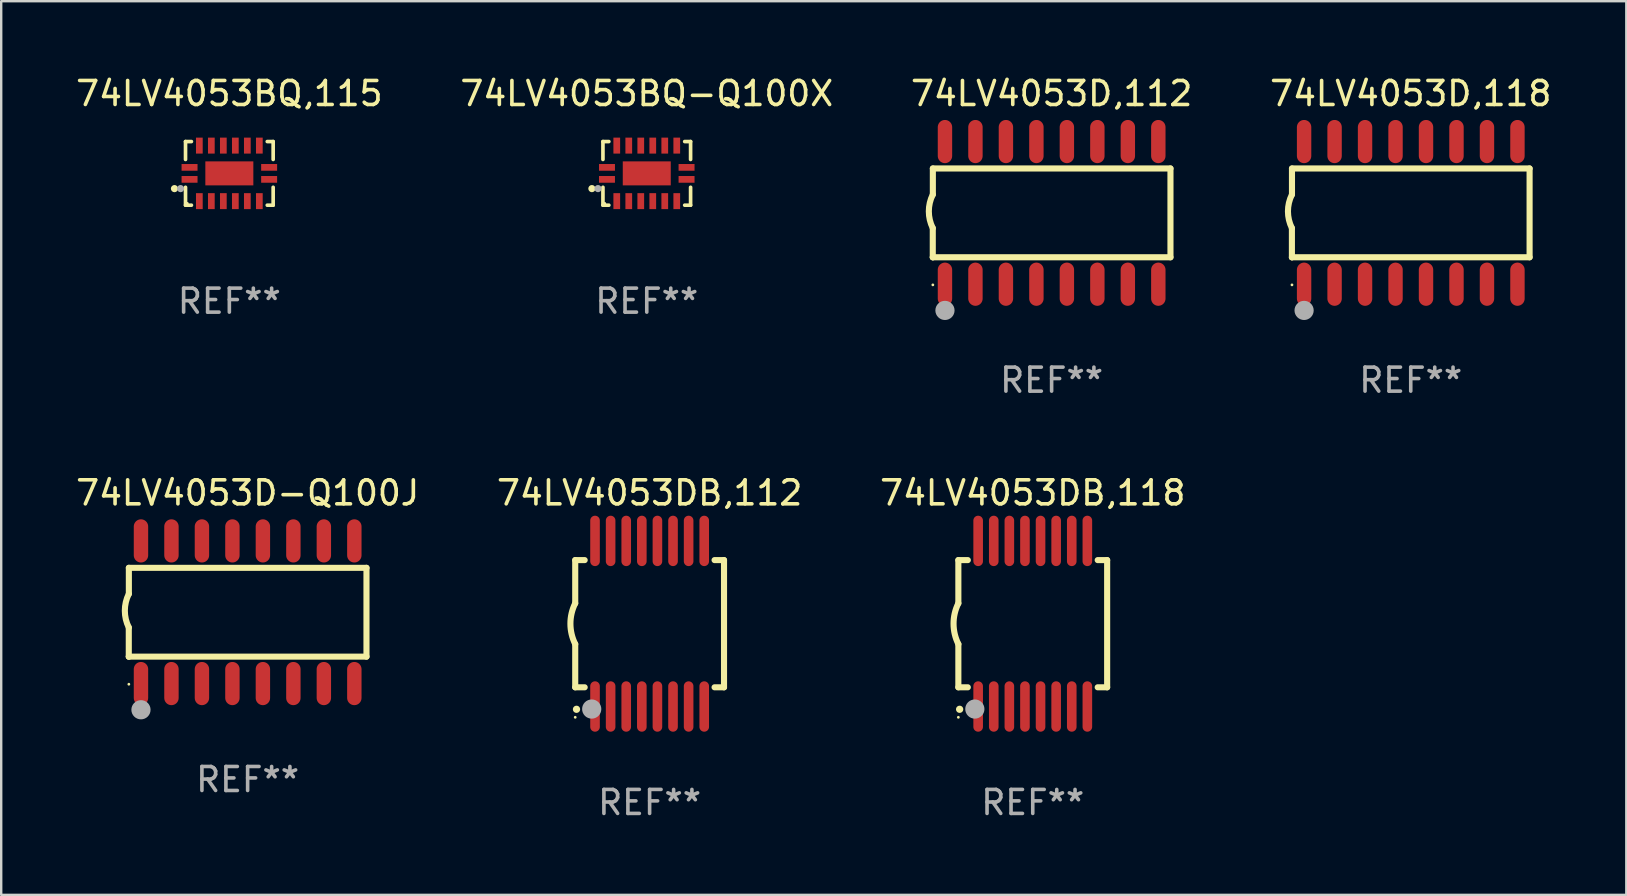
<source format=kicad_pcb>
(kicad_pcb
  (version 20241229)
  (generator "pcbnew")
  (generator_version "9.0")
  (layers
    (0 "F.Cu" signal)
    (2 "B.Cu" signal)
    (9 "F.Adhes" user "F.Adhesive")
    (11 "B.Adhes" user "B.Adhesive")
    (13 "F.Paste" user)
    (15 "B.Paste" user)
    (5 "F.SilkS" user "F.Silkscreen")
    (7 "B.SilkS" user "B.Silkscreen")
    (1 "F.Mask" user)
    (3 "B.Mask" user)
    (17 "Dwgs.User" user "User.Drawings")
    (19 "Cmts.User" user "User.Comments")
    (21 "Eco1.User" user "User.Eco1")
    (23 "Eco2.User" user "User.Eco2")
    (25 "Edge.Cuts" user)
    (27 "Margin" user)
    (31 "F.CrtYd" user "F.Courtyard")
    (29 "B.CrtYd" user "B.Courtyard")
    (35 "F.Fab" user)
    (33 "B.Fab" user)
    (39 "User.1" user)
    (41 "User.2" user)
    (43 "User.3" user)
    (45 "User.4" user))
  (footprint "74LV4053DB,112"
    (layer "F.Cu")
    (at 24.018 22.938)
    (property "Reference" "74LV4053DB,112" (at 0 -5.45 0) (layer "F.SilkS") (effects (font (size 1 1) (thickness 0.15))))
    (attr through_hole)
    (fp_line (start -3.1 -2.65) (end -3.1 -0.85) (stroke (width 0.254) (type solid)) (layer "F.SilkS"))
    (fp_line (start -3.1 -2.65) (end -2.706 -2.65) (stroke (width 0.254) (type solid)) (layer "F.SilkS"))
    (fp_line (start -3.1 2.65) (end -3.1 0.85) (stroke (width 0.254) (type solid)) (layer "F.SilkS"))
    (fp_line (start -3.1 2.65) (end -2.706 2.65) (stroke (width 0.254) (type solid)) (layer "F.SilkS"))
    (fp_line (start 2.706 -2.65) (end 3.1 -2.65) (stroke (width 0.254) (type solid)) (layer "F.SilkS"))
    (fp_line (start 2.706 2.65) (end 3.1 2.65) (stroke (width 0.254) (type solid)) (layer "F.SilkS"))
    (fp_line (start 3.1 -2.65) (end 3.1 2.65) (stroke (width 0.254) (type solid)) (layer "F.SilkS"))
    (fp_arc (start -3.098907 0.850902) (mid -3.300057 0.000523) (end -3.1 -0.850114) (stroke (width 0.254001) (type solid)) (layer "F.SilkS"))
    (fp_arc (start -3.048006 3.566066) (mid -3.046736 3.566061) (end -3.045466 3.566066) (stroke (width 0.3) (type solid)) (layer "F.SilkS"))
    (fp_circle (center -3.1 3.9) (end -3.07 3.9) (stroke (width 0.06) (type solid)) (fill no) (layer "F.SilkS"))
    (fp_circle (center -2.413 3.556) (end -2.213 3.556) (stroke (width 0.4) (type solid)) (fill no) (layer "F.Fab"))
    (fp_text user "REF**" (at 0 7.45 0) (layer "F.Fab") (effects (font (size 1 1) (thickness 0.15))))
    (pad "1" smd oval (at -2.275 3.45 180) (size 0.4 2.1) (layers "F.Cu" "F.Mask" "F.Paste"))
    (pad "2" smd oval (at -1.625 3.45 180) (size 0.4 2.1) (layers "F.Cu" "F.Mask" "F.Paste"))
    (pad "3" smd oval (at -0.975 3.45 180) (size 0.4 2.1) (layers "F.Cu" "F.Mask" "F.Paste"))
    (pad "4" smd oval (at -0.325 3.45 180) (size 0.4 2.1) (layers "F.Cu" "F.Mask" "F.Paste"))
    (pad "5" smd oval (at 0.325 3.45 180) (size 0.4 2.1) (layers "F.Cu" "F.Mask" "F.Paste"))
    (pad "6" smd oval (at 0.975 3.45 180) (size 0.4 2.1) (layers "F.Cu" "F.Mask" "F.Paste"))
    (pad "7" smd oval (at 1.625 3.45 180) (size 0.4 2.1) (layers "F.Cu" "F.Mask" "F.Paste"))
    (pad "8" smd oval (at 2.275 3.45 180) (size 0.4 2.1) (layers "F.Cu" "F.Mask" "F.Paste"))
    (pad "9" smd oval (at 2.275 -3.45 180) (size 0.4 2.1) (layers "F.Cu" "F.Mask" "F.Paste"))
    (pad "10" smd oval (at 1.625 -3.45 180) (size 0.4 2.1) (layers "F.Cu" "F.Mask" "F.Paste"))
    (pad "11" smd oval (at 0.975 -3.45 180) (size 0.4 2.1) (layers "F.Cu" "F.Mask" "F.Paste"))
    (pad "12" smd oval (at 0.325 -3.45 180) (size 0.4 2.1) (layers "F.Cu" "F.Mask" "F.Paste"))
    (pad "13" smd oval (at -0.325 -3.45 180) (size 0.4 2.1) (layers "F.Cu" "F.Mask" "F.Paste"))
    (pad "14" smd oval (at -0.975 -3.45 180) (size 0.4 2.1) (layers "F.Cu" "F.Mask" "F.Paste"))
    (pad "15" smd oval (at -1.625 -3.45 180) (size 0.4 2.1) (layers "F.Cu" "F.Mask" "F.Paste"))
    (pad "16" smd oval (at -2.275 -3.45 180) (size 0.4 2.1) (layers "F.Cu" "F.Mask" "F.Paste")))
  (footprint "74LV4053BQ,115"
    (layer "F.Cu")
    (at 6.506 4.174)
    (property "Reference" "74LV4053BQ,115" (at 0 -3.326 0) (layer "F.SilkS") (effects (font (size 1 1) (thickness 0.15))))
    (attr through_hole)
    (fp_line (start -1.826 -1.326) (end -1.58 -1.326) (stroke (width 0.152) (type solid)) (layer "F.SilkS"))
    (fp_line (start -1.826 -0.58) (end -1.826 -1.326) (stroke (width 0.152) (type solid)) (layer "F.SilkS"))
    (fp_line (start -1.826 0.58) (end -1.826 1.326) (stroke (width 0.152) (type solid)) (layer "F.SilkS"))
    (fp_line (start -1.826 1.326) (end -1.58 1.326) (stroke (width 0.152) (type solid)) (layer "F.SilkS"))
    (fp_line (start 1.826 -1.326) (end 1.58 -1.326) (stroke (width 0.152) (type solid)) (layer "F.SilkS"))
    (fp_line (start 1.826 -0.58) (end 1.826 -1.326) (stroke (width 0.152) (type solid)) (layer "F.SilkS"))
    (fp_line (start 1.826 0.58) (end 1.826 1.326) (stroke (width 0.152) (type solid)) (layer "F.SilkS"))
    (fp_line (start 1.826 1.326) (end 1.58 1.326) (stroke (width 0.152) (type solid)) (layer "F.SilkS"))
    (fp_circle (center -2.286 0.635) (end -2.211 0.635) (stroke (width 0.15) (type solid)) (fill no) (layer "F.SilkS"))
    (fp_circle (center -1.75 1.25) (end -1.72 1.25) (stroke (width 0.06) (type solid)) (fill no) (layer "F.SilkS"))
    (fp_circle (center -2.032 0.635) (end -1.957 0.635) (stroke (width 0.15) (type solid)) (fill no) (layer "F.Fab"))
    (fp_text user "REF**" (at 0 5.326 0) (layer "F.Fab") (effects (font (size 1 1) (thickness 0.15))))
    (pad "1" smd rect (at -1.658 0.25) (size 0.665 0.28) (layers "F.Cu" "F.Mask" "F.Paste"))
    (pad "2" smd rect (at -1.25 1.157) (size 0.28 0.665) (layers "F.Cu" "F.Mask" "F.Paste"))
    (pad "3" smd rect (at -0.75 1.157) (size 0.28 0.665) (layers "F.Cu" "F.Mask" "F.Paste"))
    (pad "4" smd rect (at -0.25 1.157) (size 0.28 0.665) (layers "F.Cu" "F.Mask" "F.Paste"))
    (pad "5" smd rect (at 0.25 1.157) (size 0.28 0.665) (layers "F.Cu" "F.Mask" "F.Paste"))
    (pad "6" smd rect (at 0.75 1.157) (size 0.28 0.665) (layers "F.Cu" "F.Mask" "F.Paste"))
    (pad "7" smd rect (at 1.25 1.157) (size 0.28 0.665) (layers "F.Cu" "F.Mask" "F.Paste"))
    (pad "8" smd rect (at 1.658 0.25) (size 0.665 0.28) (layers "F.Cu" "F.Mask" "F.Paste"))
    (pad "9" smd rect (at 1.658 -0.25) (size 0.665 0.28) (layers "F.Cu" "F.Mask" "F.Paste"))
    (pad "10" smd rect (at 1.25 -1.157) (size 0.28 0.665) (layers "F.Cu" "F.Mask" "F.Paste"))
    (pad "11" smd rect (at 0.75 -1.157) (size 0.28 0.665) (layers "F.Cu" "F.Mask" "F.Paste"))
    (pad "12" smd rect (at 0.25 -1.157) (size 0.28 0.665) (layers "F.Cu" "F.Mask" "F.Paste"))
    (pad "13" smd rect (at -0.25 -1.157) (size 0.28 0.665) (layers "F.Cu" "F.Mask" "F.Paste"))
    (pad "14" smd rect (at -0.75 -1.157) (size 0.28 0.665) (layers "F.Cu" "F.Mask" "F.Paste"))
    (pad "15" smd rect (at -1.25 -1.157) (size 0.28 0.665) (layers "F.Cu" "F.Mask" "F.Paste"))
    (pad "16" smd rect (at -1.658 -0.25) (size 0.665 0.28) (layers "F.Cu" "F.Mask" "F.Paste"))
    (pad "17" smd rect (at 0 0) (size 2 1) (layers "F.Cu" "F.Mask" "F.Paste")))
  (footprint "74LV4053D-Q100J"
    (layer "F.Cu")
    (at 7.268 22.46)
    (property "Reference" "74LV4053D-Q100J" (at 0 -4.972 0) (layer "F.SilkS") (effects (font (size 1 1) (thickness 0.15))))
    (attr through_hole)
    (fp_line (start -4.952 0.635) (end -4.952 1.85) (stroke (width 0.254) (type solid)) (layer "F.SilkS"))
    (fp_line (start -4.952 1.85) (end -4.949 1.85) (stroke (width 0.254) (type solid)) (layer "F.SilkS"))
    (fp_line (start -4.949 -1.85) (end -4.949 -0.762) (stroke (width 0.254) (type solid)) (layer "F.SilkS"))
    (fp_line (start -4.949 1.85) (end 4.952 1.85) (stroke (width 0.254) (type solid)) (layer "F.SilkS"))
    (fp_line (start 4.952 -1.85) (end -4.949 -1.85) (stroke (width 0.254) (type solid)) (layer "F.SilkS"))
    (fp_line (start 4.952 1.85) (end 4.952 -1.85) (stroke (width 0.254) (type solid)) (layer "F.SilkS"))
    (fp_arc (start -4.951524 0.635001) (mid -5.116418 -0.0635) (end -4.951524 -0.762002) (stroke (width 0.254001) (type solid)) (layer "F.SilkS"))
    (fp_circle (center -4.949 3) (end -4.919 3) (stroke (width 0.06) (type solid)) (fill no) (layer "F.SilkS"))
    (fp_circle (center -4.444 4.064) (end -4.244 4.064) (stroke (width 0.4) (type solid)) (fill no) (layer "F.Fab"))
    (fp_text user "REF**" (at 0 6.972 0) (layer "F.Fab") (effects (font (size 1 1) (thickness 0.15))))
    (pad "1" smd oval (at -4.444 2.972 180) (size 0.6 1.8) (layers "F.Cu" "F.Mask" "F.Paste"))
    (pad "2" smd oval (at -3.174 2.972 180) (size 0.6 1.8) (layers "F.Cu" "F.Mask" "F.Paste"))
    (pad "3" smd oval (at -1.904 2.972 180) (size 0.6 1.8) (layers "F.Cu" "F.Mask" "F.Paste"))
    (pad "4" smd oval (at -0.634 2.972 180) (size 0.6 1.8) (layers "F.Cu" "F.Mask" "F.Paste"))
    (pad "5" smd oval (at 0.636 2.972 180) (size 0.6 1.8) (layers "F.Cu" "F.Mask" "F.Paste"))
    (pad "6" smd oval (at 1.906 2.972 180) (size 0.6 1.8) (layers "F.Cu" "F.Mask" "F.Paste"))
    (pad "7" smd oval (at 3.176 2.972 180) (size 0.6 1.8) (layers "F.Cu" "F.Mask" "F.Paste"))
    (pad "8" smd oval (at 4.446 2.972 180) (size 0.6 1.8) (layers "F.Cu" "F.Mask" "F.Paste"))
    (pad "9" smd oval (at 4.446 -2.972 180) (size 0.6 1.8) (layers "F.Cu" "F.Mask" "F.Paste"))
    (pad "10" smd oval (at 3.176 -2.972 180) (size 0.6 1.8) (layers "F.Cu" "F.Mask" "F.Paste"))
    (pad "11" smd oval (at 1.906 -2.972 180) (size 0.6 1.8) (layers "F.Cu" "F.Mask" "F.Paste"))
    (pad "12" smd oval (at 0.636 -2.972 180) (size 0.6 1.8) (layers "F.Cu" "F.Mask" "F.Paste"))
    (pad "13" smd oval (at -0.634 -2.972 180) (size 0.6 1.8) (layers "F.Cu" "F.Mask" "F.Paste"))
    (pad "14" smd oval (at -1.904 -2.972 180) (size 0.6 1.8) (layers "F.Cu" "F.Mask" "F.Paste"))
    (pad "15" smd oval (at -3.174 -2.972 180) (size 0.6 1.8) (layers "F.Cu" "F.Mask" "F.Paste"))
    (pad "16" smd oval (at -4.444 -2.972 180) (size 0.6 1.8) (layers "F.Cu" "F.Mask" "F.Paste")))
  (footprint "74LV4053D,118"
    (layer "F.Cu")
    (at 55.732 5.82)
    (property "Reference" "74LV4053D,118" (at 0 -4.972 0) (layer "F.SilkS") (effects (font (size 1 1) (thickness 0.15))))
    (attr through_hole)
    (fp_line (start -4.952 0.635) (end -4.952 1.85) (stroke (width 0.254) (type solid)) (layer "F.SilkS"))
    (fp_line (start -4.952 1.85) (end -4.949 1.85) (stroke (width 0.254) (type solid)) (layer "F.SilkS"))
    (fp_line (start -4.949 -1.85) (end -4.949 -0.762) (stroke (width 0.254) (type solid)) (layer "F.SilkS"))
    (fp_line (start -4.949 1.85) (end 4.952 1.85) (stroke (width 0.254) (type solid)) (layer "F.SilkS"))
    (fp_line (start 4.952 -1.85) (end -4.949 -1.85) (stroke (width 0.254) (type solid)) (layer "F.SilkS"))
    (fp_line (start 4.952 1.85) (end 4.952 -1.85) (stroke (width 0.254) (type solid)) (layer "F.SilkS"))
    (fp_arc (start -4.951524 0.635001) (mid -5.116418 -0.0635) (end -4.951524 -0.762002) (stroke (width 0.254001) (type solid)) (layer "F.SilkS"))
    (fp_circle (center -4.949 3) (end -4.919 3) (stroke (width 0.06) (type solid)) (fill no) (layer "F.SilkS"))
    (fp_circle (center -4.444 4.064) (end -4.244 4.064) (stroke (width 0.4) (type solid)) (fill no) (layer "F.Fab"))
    (fp_text user "REF**" (at 0 6.972 0) (layer "F.Fab") (effects (font (size 1 1) (thickness 0.15))))
    (pad "1" smd oval (at -4.444 2.972 180) (size 0.6 1.8) (layers "F.Cu" "F.Mask" "F.Paste"))
    (pad "2" smd oval (at -3.174 2.972 180) (size 0.6 1.8) (layers "F.Cu" "F.Mask" "F.Paste"))
    (pad "3" smd oval (at -1.904 2.972 180) (size 0.6 1.8) (layers "F.Cu" "F.Mask" "F.Paste"))
    (pad "4" smd oval (at -0.634 2.972 180) (size 0.6 1.8) (layers "F.Cu" "F.Mask" "F.Paste"))
    (pad "5" smd oval (at 0.636 2.972 180) (size 0.6 1.8) (layers "F.Cu" "F.Mask" "F.Paste"))
    (pad "6" smd oval (at 1.906 2.972 180) (size 0.6 1.8) (layers "F.Cu" "F.Mask" "F.Paste"))
    (pad "7" smd oval (at 3.176 2.972 180) (size 0.6 1.8) (layers "F.Cu" "F.Mask" "F.Paste"))
    (pad "8" smd oval (at 4.446 2.972 180) (size 0.6 1.8) (layers "F.Cu" "F.Mask" "F.Paste"))
    (pad "9" smd oval (at 4.446 -2.972 180) (size 0.6 1.8) (layers "F.Cu" "F.Mask" "F.Paste"))
    (pad "10" smd oval (at 3.176 -2.972 180) (size 0.6 1.8) (layers "F.Cu" "F.Mask" "F.Paste"))
    (pad "11" smd oval (at 1.906 -2.972 180) (size 0.6 1.8) (layers "F.Cu" "F.Mask" "F.Paste"))
    (pad "12" smd oval (at 0.636 -2.972 180) (size 0.6 1.8) (layers "F.Cu" "F.Mask" "F.Paste"))
    (pad "13" smd oval (at -0.634 -2.972 180) (size 0.6 1.8) (layers "F.Cu" "F.Mask" "F.Paste"))
    (pad "14" smd oval (at -1.904 -2.972 180) (size 0.6 1.8) (layers "F.Cu" "F.Mask" "F.Paste"))
    (pad "15" smd oval (at -3.174 -2.972 180) (size 0.6 1.8) (layers "F.Cu" "F.Mask" "F.Paste"))
    (pad "16" smd oval (at -4.444 -2.972 180) (size 0.6 1.8) (layers "F.Cu" "F.Mask" "F.Paste")))
  (footprint "74LV4053DB,118"
    (layer "F.Cu")
    (at 39.982 22.938)
    (property "Reference" "74LV4053DB,118" (at 0 -5.45 0) (layer "F.SilkS") (effects (font (size 1 1) (thickness 0.15))))
    (attr through_hole)
    (fp_line (start -3.1 -2.65) (end -3.1 -0.85) (stroke (width 0.254) (type solid)) (layer "F.SilkS"))
    (fp_line (start -3.1 -2.65) (end -2.706 -2.65) (stroke (width 0.254) (type solid)) (layer "F.SilkS"))
    (fp_line (start -3.1 2.65) (end -3.1 0.85) (stroke (width 0.254) (type solid)) (layer "F.SilkS"))
    (fp_line (start -3.1 2.65) (end -2.706 2.65) (stroke (width 0.254) (type solid)) (layer "F.SilkS"))
    (fp_line (start 2.706 -2.65) (end 3.1 -2.65) (stroke (width 0.254) (type solid)) (layer "F.SilkS"))
    (fp_line (start 2.706 2.65) (end 3.1 2.65) (stroke (width 0.254) (type solid)) (layer "F.SilkS"))
    (fp_line (start 3.1 -2.65) (end 3.1 2.65) (stroke (width 0.254) (type solid)) (layer "F.SilkS"))
    (fp_arc (start -3.098907 0.850902) (mid -3.300057 0.000523) (end -3.1 -0.850114) (stroke (width 0.254001) (type solid)) (layer "F.SilkS"))
    (fp_arc (start -3.048006 3.566066) (mid -3.046736 3.566061) (end -3.045466 3.566066) (stroke (width 0.3) (type solid)) (layer "F.SilkS"))
    (fp_circle (center -3.1 3.9) (end -3.07 3.9) (stroke (width 0.06) (type solid)) (fill no) (layer "F.SilkS"))
    (fp_circle (center -2.413 3.556) (end -2.213 3.556) (stroke (width 0.4) (type solid)) (fill no) (layer "F.Fab"))
    (fp_text user "REF**" (at 0 7.45 0) (layer "F.Fab") (effects (font (size 1 1) (thickness 0.15))))
    (pad "1" smd oval (at -2.275 3.45 180) (size 0.4 2.1) (layers "F.Cu" "F.Mask" "F.Paste"))
    (pad "2" smd oval (at -1.625 3.45 180) (size 0.4 2.1) (layers "F.Cu" "F.Mask" "F.Paste"))
    (pad "3" smd oval (at -0.975 3.45 180) (size 0.4 2.1) (layers "F.Cu" "F.Mask" "F.Paste"))
    (pad "4" smd oval (at -0.325 3.45 180) (size 0.4 2.1) (layers "F.Cu" "F.Mask" "F.Paste"))
    (pad "5" smd oval (at 0.325 3.45 180) (size 0.4 2.1) (layers "F.Cu" "F.Mask" "F.Paste"))
    (pad "6" smd oval (at 0.975 3.45 180) (size 0.4 2.1) (layers "F.Cu" "F.Mask" "F.Paste"))
    (pad "7" smd oval (at 1.625 3.45 180) (size 0.4 2.1) (layers "F.Cu" "F.Mask" "F.Paste"))
    (pad "8" smd oval (at 2.275 3.45 180) (size 0.4 2.1) (layers "F.Cu" "F.Mask" "F.Paste"))
    (pad "9" smd oval (at 2.275 -3.45 180) (size 0.4 2.1) (layers "F.Cu" "F.Mask" "F.Paste"))
    (pad "10" smd oval (at 1.625 -3.45 180) (size 0.4 2.1) (layers "F.Cu" "F.Mask" "F.Paste"))
    (pad "11" smd oval (at 0.975 -3.45 180) (size 0.4 2.1) (layers "F.Cu" "F.Mask" "F.Paste"))
    (pad "12" smd oval (at 0.325 -3.45 180) (size 0.4 2.1) (layers "F.Cu" "F.Mask" "F.Paste"))
    (pad "13" smd oval (at -0.325 -3.45 180) (size 0.4 2.1) (layers "F.Cu" "F.Mask" "F.Paste"))
    (pad "14" smd oval (at -0.975 -3.45 180) (size 0.4 2.1) (layers "F.Cu" "F.Mask" "F.Paste"))
    (pad "15" smd oval (at -1.625 -3.45 180) (size 0.4 2.1) (layers "F.Cu" "F.Mask" "F.Paste"))
    (pad "16" smd oval (at -2.275 -3.45 180) (size 0.4 2.1) (layers "F.Cu" "F.Mask" "F.Paste")))
  (footprint "74LV4053D,112"
    (layer "F.Cu")
    (at 40.768 5.82)
    (property "Reference" "74LV4053D,112" (at 0 -4.972 0) (layer "F.SilkS") (effects (font (size 1 1) (thickness 0.15))))
    (attr through_hole)
    (fp_line (start -4.952 0.635) (end -4.952 1.85) (stroke (width 0.254) (type solid)) (layer "F.SilkS"))
    (fp_line (start -4.952 1.85) (end -4.949 1.85) (stroke (width 0.254) (type solid)) (layer "F.SilkS"))
    (fp_line (start -4.949 -1.85) (end -4.949 -0.762) (stroke (width 0.254) (type solid)) (layer "F.SilkS"))
    (fp_line (start -4.949 1.85) (end 4.952 1.85) (stroke (width 0.254) (type solid)) (layer "F.SilkS"))
    (fp_line (start 4.952 -1.85) (end -4.949 -1.85) (stroke (width 0.254) (type solid)) (layer "F.SilkS"))
    (fp_line (start 4.952 1.85) (end 4.952 -1.85) (stroke (width 0.254) (type solid)) (layer "F.SilkS"))
    (fp_arc (start -4.951524 0.635001) (mid -5.116418 -0.0635) (end -4.951524 -0.762002) (stroke (width 0.254001) (type solid)) (layer "F.SilkS"))
    (fp_circle (center -4.949 3) (end -4.919 3) (stroke (width 0.06) (type solid)) (fill no) (layer "F.SilkS"))
    (fp_circle (center -4.444 4.064) (end -4.244 4.064) (stroke (width 0.4) (type solid)) (fill no) (layer "F.Fab"))
    (fp_text user "REF**" (at 0 6.972 0) (layer "F.Fab") (effects (font (size 1 1) (thickness 0.15))))
    (pad "1" smd oval (at -4.444 2.972 180) (size 0.6 1.8) (layers "F.Cu" "F.Mask" "F.Paste"))
    (pad "2" smd oval (at -3.174 2.972 180) (size 0.6 1.8) (layers "F.Cu" "F.Mask" "F.Paste"))
    (pad "3" smd oval (at -1.904 2.972 180) (size 0.6 1.8) (layers "F.Cu" "F.Mask" "F.Paste"))
    (pad "4" smd oval (at -0.634 2.972 180) (size 0.6 1.8) (layers "F.Cu" "F.Mask" "F.Paste"))
    (pad "5" smd oval (at 0.636 2.972 180) (size 0.6 1.8) (layers "F.Cu" "F.Mask" "F.Paste"))
    (pad "6" smd oval (at 1.906 2.972 180) (size 0.6 1.8) (layers "F.Cu" "F.Mask" "F.Paste"))
    (pad "7" smd oval (at 3.176 2.972 180) (size 0.6 1.8) (layers "F.Cu" "F.Mask" "F.Paste"))
    (pad "8" smd oval (at 4.446 2.972 180) (size 0.6 1.8) (layers "F.Cu" "F.Mask" "F.Paste"))
    (pad "9" smd oval (at 4.446 -2.972 180) (size 0.6 1.8) (layers "F.Cu" "F.Mask" "F.Paste"))
    (pad "10" smd oval (at 3.176 -2.972 180) (size 0.6 1.8) (layers "F.Cu" "F.Mask" "F.Paste"))
    (pad "11" smd oval (at 1.906 -2.972 180) (size 0.6 1.8) (layers "F.Cu" "F.Mask" "F.Paste"))
    (pad "12" smd oval (at 0.636 -2.972 180) (size 0.6 1.8) (layers "F.Cu" "F.Mask" "F.Paste"))
    (pad "13" smd oval (at -0.634 -2.972 180) (size 0.6 1.8) (layers "F.Cu" "F.Mask" "F.Paste"))
    (pad "14" smd oval (at -1.904 -2.972 180) (size 0.6 1.8) (layers "F.Cu" "F.Mask" "F.Paste"))
    (pad "15" smd oval (at -3.174 -2.972 180) (size 0.6 1.8) (layers "F.Cu" "F.Mask" "F.Paste"))
    (pad "16" smd oval (at -4.444 -2.972 180) (size 0.6 1.8) (layers "F.Cu" "F.Mask" "F.Paste")))
  (footprint "74LV4053BQ-Q100X"
    (layer "F.Cu")
    (at 23.899 4.174)
    (property "Reference" "74LV4053BQ-Q100X" (at 0 -3.326 0) (layer "F.SilkS") (effects (font (size 1 1) (thickness 0.15))))
    (attr through_hole)
    (fp_line (start -1.826 -1.326) (end -1.58 -1.326) (stroke (width 0.152) (type solid)) (layer "F.SilkS"))
    (fp_line (start -1.826 -0.58) (end -1.826 -1.326) (stroke (width 0.152) (type solid)) (layer "F.SilkS"))
    (fp_line (start -1.826 0.58) (end -1.826 1.326) (stroke (width 0.152) (type solid)) (layer "F.SilkS"))
    (fp_line (start -1.826 1.326) (end -1.58 1.326) (stroke (width 0.152) (type solid)) (layer "F.SilkS"))
    (fp_line (start 1.826 -1.326) (end 1.58 -1.326) (stroke (width 0.152) (type solid)) (layer "F.SilkS"))
    (fp_line (start 1.826 -0.58) (end 1.826 -1.326) (stroke (width 0.152) (type solid)) (layer "F.SilkS"))
    (fp_line (start 1.826 0.58) (end 1.826 1.326) (stroke (width 0.152) (type solid)) (layer "F.SilkS"))
    (fp_line (start 1.826 1.326) (end 1.58 1.326) (stroke (width 0.152) (type solid)) (layer "F.SilkS"))
    (fp_circle (center -2.286 0.635) (end -2.211 0.635) (stroke (width 0.15) (type solid)) (fill no) (layer "F.SilkS"))
    (fp_circle (center -1.75 1.25) (end -1.72 1.25) (stroke (width 0.06) (type solid)) (fill no) (layer "F.SilkS"))
    (fp_circle (center -2.032 0.635) (end -1.957 0.635) (stroke (width 0.15) (type solid)) (fill no) (layer "F.Fab"))
    (fp_text user "REF**" (at 0 5.326 0) (layer "F.Fab") (effects (font (size 1 1) (thickness 0.15))))
    (pad "1" smd rect (at -1.658 0.25) (size 0.665 0.28) (layers "F.Cu" "F.Mask" "F.Paste"))
    (pad "2" smd rect (at -1.25 1.157) (size 0.28 0.665) (layers "F.Cu" "F.Mask" "F.Paste"))
    (pad "3" smd rect (at -0.75 1.157) (size 0.28 0.665) (layers "F.Cu" "F.Mask" "F.Paste"))
    (pad "4" smd rect (at -0.25 1.157) (size 0.28 0.665) (layers "F.Cu" "F.Mask" "F.Paste"))
    (pad "5" smd rect (at 0.25 1.157) (size 0.28 0.665) (layers "F.Cu" "F.Mask" "F.Paste"))
    (pad "6" smd rect (at 0.75 1.157) (size 0.28 0.665) (layers "F.Cu" "F.Mask" "F.Paste"))
    (pad "7" smd rect (at 1.25 1.157) (size 0.28 0.665) (layers "F.Cu" "F.Mask" "F.Paste"))
    (pad "8" smd rect (at 1.658 0.25) (size 0.665 0.28) (layers "F.Cu" "F.Mask" "F.Paste"))
    (pad "9" smd rect (at 1.658 -0.25) (size 0.665 0.28) (layers "F.Cu" "F.Mask" "F.Paste"))
    (pad "10" smd rect (at 1.25 -1.157) (size 0.28 0.665) (layers "F.Cu" "F.Mask" "F.Paste"))
    (pad "11" smd rect (at 0.75 -1.157) (size 0.28 0.665) (layers "F.Cu" "F.Mask" "F.Paste"))
    (pad "12" smd rect (at 0.25 -1.157) (size 0.28 0.665) (layers "F.Cu" "F.Mask" "F.Paste"))
    (pad "13" smd rect (at -0.25 -1.157) (size 0.28 0.665) (layers "F.Cu" "F.Mask" "F.Paste"))
    (pad "14" smd rect (at -0.75 -1.157) (size 0.28 0.665) (layers "F.Cu" "F.Mask" "F.Paste"))
    (pad "15" smd rect (at -1.25 -1.157) (size 0.28 0.665) (layers "F.Cu" "F.Mask" "F.Paste"))
    (pad "16" smd rect (at -1.658 -0.25) (size 0.665 0.28) (layers "F.Cu" "F.Mask" "F.Paste"))
    (pad "17" smd rect (at 0 0) (size 2 1) (layers "F.Cu" "F.Mask" "F.Paste")))
  (gr_rect
    (start -3 -3)
    (end 64.714 34.237)
    (stroke (width 0.1) (type default))
    (fill no)
    (layer "Edge.Cuts")))
</source>
